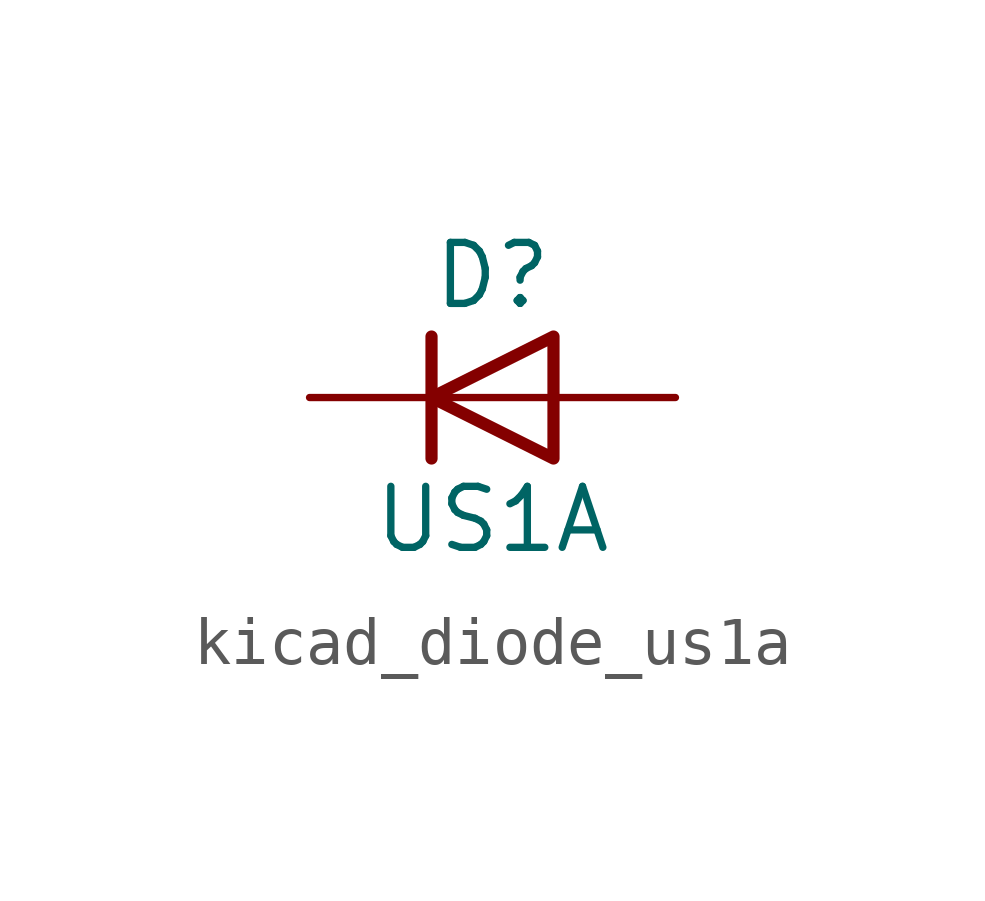
<source format=kicad_sym>
(kicad_symbol_lib
  (version 20220914)
  (generator kicad_symbol_editor)
  (symbol "kicad_diode_us1a"
    (pin_numbers hide)
    (pin_names hide)
    (property "Reference" "D"
      (at 0 2.54 0)
      (effects (font (size 1.27 1.27))))
    (property "Value" "US1A"
      (at 0 -2.54 0)
      (effects (font (size 1.27 1.27))))
    (symbol "kicad_diode_us1a_0_1"
      (polyline (pts (xy -1.27 1.27) (xy -1.27 -1.27)) (stroke (width 0.254) (type default)) (fill (type none)))
      (polyline (pts (xy 1.27 0) (xy -1.27 0)) (stroke (width 0) (type default)) (fill (type none)))
      (polyline (pts (xy 1.27 1.27) (xy 1.27 -1.27) (xy -1.27 0) (xy 1.27 1.27)) (stroke (width 0.254) (type default)) (fill (type none))))
    (symbol "kicad_diode_us1a_1_1"
      (pin passive line (at -3.81 0 0) (length 2.54) (name "K" (effects (font (size 1.27 1.27)))) (number "1" (effects (font (size 1.27 1.27)))))
      (pin passive line (at 3.81 0 180) (length 2.54) (name "A" (effects (font (size 1.27 1.27)))) (number "2" (effects (font (size 1.27 1.27))))))))
</source>
